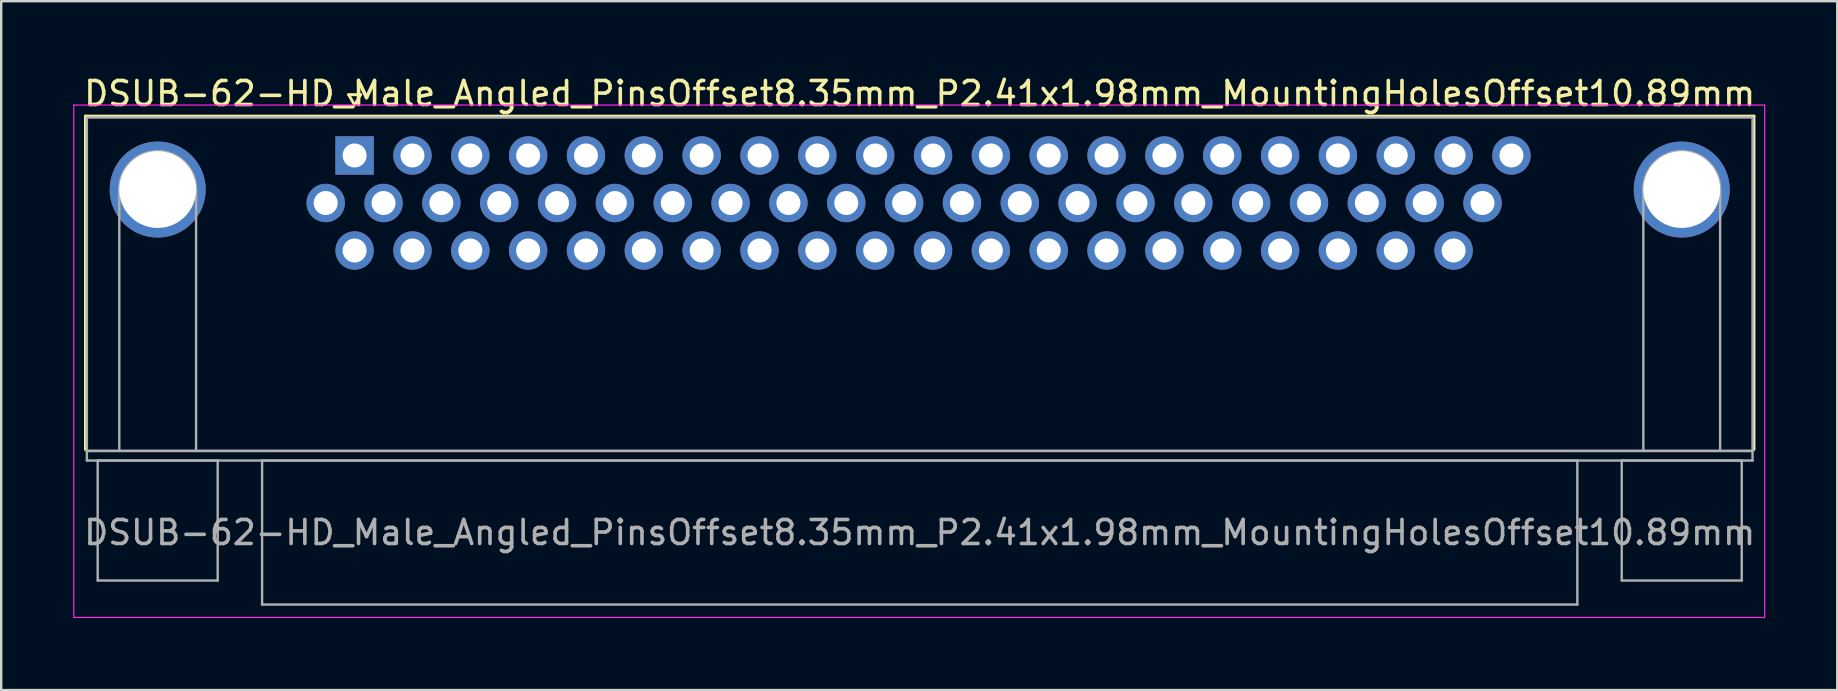
<source format=kicad_pcb>
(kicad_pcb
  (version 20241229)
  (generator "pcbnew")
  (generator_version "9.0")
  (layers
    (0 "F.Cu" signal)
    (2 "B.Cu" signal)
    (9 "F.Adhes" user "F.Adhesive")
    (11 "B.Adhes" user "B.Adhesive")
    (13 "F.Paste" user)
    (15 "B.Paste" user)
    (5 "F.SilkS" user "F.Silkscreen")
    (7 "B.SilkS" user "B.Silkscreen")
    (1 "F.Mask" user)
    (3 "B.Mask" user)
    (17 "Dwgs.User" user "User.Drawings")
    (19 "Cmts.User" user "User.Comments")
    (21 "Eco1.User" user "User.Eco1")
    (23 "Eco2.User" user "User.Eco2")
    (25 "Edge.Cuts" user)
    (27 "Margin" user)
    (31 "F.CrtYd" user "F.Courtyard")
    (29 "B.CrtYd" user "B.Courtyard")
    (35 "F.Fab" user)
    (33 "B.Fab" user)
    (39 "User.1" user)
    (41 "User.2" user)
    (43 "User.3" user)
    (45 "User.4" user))
  (footprint "DSUB-62-HD_Male_Angled_PinsOffset8.35mm_P2.41x1.98mm_MountingHolesOffset10.89mm"
    (layer "F.Cu")
    (at 11.725 3.428)
    (property "Reference" "DSUB-62-HD_Male_Angled_PinsOffset8.35mm_P2.41x1.98mm_MountingHolesOffset10.89mm" (at 23.545 -2.58 0) (layer "F.SilkS") (effects (font (size 1 1) (thickness 0.15))))
    (attr through_hole)
    (fp_line (start -11.215 -1.64) (end 58.305 -1.64) (stroke (width 0.12) (type solid)) (layer "F.SilkS"))
    (fp_line (start -11.215 12.25) (end -11.215 -1.64) (stroke (width 0.12) (type solid)) (layer "F.SilkS"))
    (fp_line (start -0.25 -2.534) (end 0.25 -2.534) (stroke (width 0.12) (type solid)) (layer "F.SilkS"))
    (fp_line (start 0 -2.101) (end -0.25 -2.534) (stroke (width 0.12) (type solid)) (layer "F.SilkS"))
    (fp_line (start 0.25 -2.534) (end 0 -2.101) (stroke (width 0.12) (type solid)) (layer "F.SilkS"))
    (fp_line (start 58.305 -1.64) (end 58.305 12.25) (stroke (width 0.12) (type solid)) (layer "F.SilkS"))
    (fp_line (start -11.7 -2.1) (end -11.7 19.25) (stroke (width 0.05) (type solid)) (layer "F.CrtYd"))
    (fp_line (start -11.7 19.25) (end 58.75 19.25) (stroke (width 0.05) (type solid)) (layer "F.CrtYd"))
    (fp_line (start 58.75 -2.1) (end -11.7 -2.1) (stroke (width 0.05) (type solid)) (layer "F.CrtYd"))
    (fp_line (start 58.75 19.25) (end 58.75 -2.1) (stroke (width 0.05) (type solid)) (layer "F.CrtYd"))
    (fp_line (start -11.155 -1.58) (end -11.155 12.31) (stroke (width 0.1) (type solid)) (layer "F.Fab"))
    (fp_line (start -11.155 12.31) (end -11.155 12.71) (stroke (width 0.1) (type solid)) (layer "F.Fab"))
    (fp_line (start -11.155 12.31) (end 58.245 12.31) (stroke (width 0.1) (type solid)) (layer "F.Fab"))
    (fp_line (start -11.155 12.71) (end 58.245 12.71) (stroke (width 0.1) (type solid)) (layer "F.Fab"))
    (fp_line (start -10.705 12.71) (end -10.705 17.71) (stroke (width 0.1) (type solid)) (layer "F.Fab"))
    (fp_line (start -10.705 17.71) (end -5.705 17.71) (stroke (width 0.1) (type solid)) (layer "F.Fab"))
    (fp_line (start -9.805 12.31) (end -9.805 1.42) (stroke (width 0.1) (type solid)) (layer "F.Fab"))
    (fp_line (start -6.605 12.31) (end -6.605 1.42) (stroke (width 0.1) (type solid)) (layer "F.Fab"))
    (fp_line (start -5.705 12.71) (end -10.705 12.71) (stroke (width 0.1) (type solid)) (layer "F.Fab"))
    (fp_line (start -5.705 17.71) (end -5.705 12.71) (stroke (width 0.1) (type solid)) (layer "F.Fab"))
    (fp_line (start -3.855 12.71) (end -3.855 18.71) (stroke (width 0.1) (type solid)) (layer "F.Fab"))
    (fp_line (start -3.855 18.71) (end 50.945 18.71) (stroke (width 0.1) (type solid)) (layer "F.Fab"))
    (fp_line (start 50.945 12.71) (end -3.855 12.71) (stroke (width 0.1) (type solid)) (layer "F.Fab"))
    (fp_line (start 50.945 18.71) (end 50.945 12.71) (stroke (width 0.1) (type solid)) (layer "F.Fab"))
    (fp_line (start 52.795 12.71) (end 52.795 17.71) (stroke (width 0.1) (type solid)) (layer "F.Fab"))
    (fp_line (start 52.795 17.71) (end 57.795 17.71) (stroke (width 0.1) (type solid)) (layer "F.Fab"))
    (fp_line (start 53.695 12.31) (end 53.695 1.42) (stroke (width 0.1) (type solid)) (layer "F.Fab"))
    (fp_line (start 56.895 12.31) (end 56.895 1.42) (stroke (width 0.1) (type solid)) (layer "F.Fab"))
    (fp_line (start 57.795 12.71) (end 52.795 12.71) (stroke (width 0.1) (type solid)) (layer "F.Fab"))
    (fp_line (start 57.795 17.71) (end 57.795 12.71) (stroke (width 0.1) (type solid)) (layer "F.Fab"))
    (fp_line (start 58.245 -1.58) (end -11.155 -1.58) (stroke (width 0.1) (type solid)) (layer "F.Fab"))
    (fp_line (start 58.245 12.31) (end -11.155 12.31) (stroke (width 0.1) (type solid)) (layer "F.Fab"))
    (fp_line (start 58.245 12.31) (end 58.245 -1.58) (stroke (width 0.1) (type solid)) (layer "F.Fab"))
    (fp_line (start 58.245 12.71) (end 58.245 12.31) (stroke (width 0.1) (type solid)) (layer "F.Fab"))
    (fp_arc (start -9.805 1.42) (mid -8.205 -0.18) (end -6.605 1.42) (stroke (width 0.1) (type solid)) (layer "F.Fab"))
    (fp_arc (start 53.695 1.42) (mid 55.295 -0.18) (end 56.895 1.42) (stroke (width 0.1) (type solid)) (layer "F.Fab"))
    (fp_text user "${REFERENCE}" (at 23.545 15.71 0) (layer "F.Fab") (effects (font (size 1 1) (thickness 0.15))))
    (pad "0" thru_hole circle (at -8.205 1.42) (size 4 4) (drill 3.2) (layers "*.Cu" "*.Mask"))
    (pad "0" thru_hole circle (at 55.295 1.42) (size 4 4) (drill 3.2) (layers "*.Cu" "*.Mask"))
    (pad "1" thru_hole rect (at 0 0) (size 1.6 1.6) (drill 1) (layers "*.Cu" "*.Mask"))
    (pad "2" thru_hole circle (at 2.41 0) (size 1.6 1.6) (drill 1) (layers "*.Cu" "*.Mask"))
    (pad "3" thru_hole circle (at 4.82 0) (size 1.6 1.6) (drill 1) (layers "*.Cu" "*.Mask"))
    (pad "4" thru_hole circle (at 7.23 0) (size 1.6 1.6) (drill 1) (layers "*.Cu" "*.Mask"))
    (pad "5" thru_hole circle (at 9.64 0) (size 1.6 1.6) (drill 1) (layers "*.Cu" "*.Mask"))
    (pad "6" thru_hole circle (at 12.05 0) (size 1.6 1.6) (drill 1) (layers "*.Cu" "*.Mask"))
    (pad "7" thru_hole circle (at 14.46 0) (size 1.6 1.6) (drill 1) (layers "*.Cu" "*.Mask"))
    (pad "8" thru_hole circle (at 16.87 0) (size 1.6 1.6) (drill 1) (layers "*.Cu" "*.Mask"))
    (pad "9" thru_hole circle (at 19.28 0) (size 1.6 1.6) (drill 1) (layers "*.Cu" "*.Mask"))
    (pad "10" thru_hole circle (at 21.69 0) (size 1.6 1.6) (drill 1) (layers "*.Cu" "*.Mask"))
    (pad "11" thru_hole circle (at 24.1 0) (size 1.6 1.6) (drill 1) (layers "*.Cu" "*.Mask"))
    (pad "12" thru_hole circle (at 26.51 0) (size 1.6 1.6) (drill 1) (layers "*.Cu" "*.Mask"))
    (pad "13" thru_hole circle (at 28.92 0) (size 1.6 1.6) (drill 1) (layers "*.Cu" "*.Mask"))
    (pad "14" thru_hole circle (at 31.33 0) (size 1.6 1.6) (drill 1) (layers "*.Cu" "*.Mask"))
    (pad "15" thru_hole circle (at 33.74 0) (size 1.6 1.6) (drill 1) (layers "*.Cu" "*.Mask"))
    (pad "16" thru_hole circle (at 36.15 0) (size 1.6 1.6) (drill 1) (layers "*.Cu" "*.Mask"))
    (pad "17" thru_hole circle (at 38.56 0) (size 1.6 1.6) (drill 1) (layers "*.Cu" "*.Mask"))
    (pad "18" thru_hole circle (at 40.97 0) (size 1.6 1.6) (drill 1) (layers "*.Cu" "*.Mask"))
    (pad "19" thru_hole circle (at 43.38 0) (size 1.6 1.6) (drill 1) (layers "*.Cu" "*.Mask"))
    (pad "20" thru_hole circle (at 45.79 0) (size 1.6 1.6) (drill 1) (layers "*.Cu" "*.Mask"))
    (pad "21" thru_hole circle (at 48.2 0) (size 1.6 1.6) (drill 1) (layers "*.Cu" "*.Mask"))
    (pad "22" thru_hole circle (at -1.205 1.98) (size 1.6 1.6) (drill 1) (layers "*.Cu" "*.Mask"))
    (pad "23" thru_hole circle (at 1.205 1.98) (size 1.6 1.6) (drill 1) (layers "*.Cu" "*.Mask"))
    (pad "24" thru_hole circle (at 3.615 1.98) (size 1.6 1.6) (drill 1) (layers "*.Cu" "*.Mask"))
    (pad "25" thru_hole circle (at 6.025 1.98) (size 1.6 1.6) (drill 1) (layers "*.Cu" "*.Mask"))
    (pad "26" thru_hole circle (at 8.435 1.98) (size 1.6 1.6) (drill 1) (layers "*.Cu" "*.Mask"))
    (pad "27" thru_hole circle (at 10.845 1.98) (size 1.6 1.6) (drill 1) (layers "*.Cu" "*.Mask"))
    (pad "28" thru_hole circle (at 13.255 1.98) (size 1.6 1.6) (drill 1) (layers "*.Cu" "*.Mask"))
    (pad "29" thru_hole circle (at 15.665 1.98) (size 1.6 1.6) (drill 1) (layers "*.Cu" "*.Mask"))
    (pad "30" thru_hole circle (at 18.075 1.98) (size 1.6 1.6) (drill 1) (layers "*.Cu" "*.Mask"))
    (pad "31" thru_hole circle (at 20.485 1.98) (size 1.6 1.6) (drill 1) (layers "*.Cu" "*.Mask"))
    (pad "32" thru_hole circle (at 22.895 1.98) (size 1.6 1.6) (drill 1) (layers "*.Cu" "*.Mask"))
    (pad "33" thru_hole circle (at 25.305 1.98) (size 1.6 1.6) (drill 1) (layers "*.Cu" "*.Mask"))
    (pad "34" thru_hole circle (at 27.715 1.98) (size 1.6 1.6) (drill 1) (layers "*.Cu" "*.Mask"))
    (pad "35" thru_hole circle (at 30.125 1.98) (size 1.6 1.6) (drill 1) (layers "*.Cu" "*.Mask"))
    (pad "36" thru_hole circle (at 32.535 1.98) (size 1.6 1.6) (drill 1) (layers "*.Cu" "*.Mask"))
    (pad "37" thru_hole circle (at 34.945 1.98) (size 1.6 1.6) (drill 1) (layers "*.Cu" "*.Mask"))
    (pad "38" thru_hole circle (at 37.355 1.98) (size 1.6 1.6) (drill 1) (layers "*.Cu" "*.Mask"))
    (pad "39" thru_hole circle (at 39.765 1.98) (size 1.6 1.6) (drill 1) (layers "*.Cu" "*.Mask"))
    (pad "40" thru_hole circle (at 42.175 1.98) (size 1.6 1.6) (drill 1) (layers "*.Cu" "*.Mask"))
    (pad "41" thru_hole circle (at 44.585 1.98) (size 1.6 1.6) (drill 1) (layers "*.Cu" "*.Mask"))
    (pad "42" thru_hole circle (at 46.995 1.98) (size 1.6 1.6) (drill 1) (layers "*.Cu" "*.Mask"))
    (pad "43" thru_hole circle (at 0 3.96) (size 1.6 1.6) (drill 1) (layers "*.Cu" "*.Mask"))
    (pad "44" thru_hole circle (at 2.41 3.96) (size 1.6 1.6) (drill 1) (layers "*.Cu" "*.Mask"))
    (pad "45" thru_hole circle (at 4.82 3.96) (size 1.6 1.6) (drill 1) (layers "*.Cu" "*.Mask"))
    (pad "46" thru_hole circle (at 7.23 3.96) (size 1.6 1.6) (drill 1) (layers "*.Cu" "*.Mask"))
    (pad "47" thru_hole circle (at 9.64 3.96) (size 1.6 1.6) (drill 1) (layers "*.Cu" "*.Mask"))
    (pad "48" thru_hole circle (at 12.05 3.96) (size 1.6 1.6) (drill 1) (layers "*.Cu" "*.Mask"))
    (pad "49" thru_hole circle (at 14.46 3.96) (size 1.6 1.6) (drill 1) (layers "*.Cu" "*.Mask"))
    (pad "50" thru_hole circle (at 16.87 3.96) (size 1.6 1.6) (drill 1) (layers "*.Cu" "*.Mask"))
    (pad "51" thru_hole circle (at 19.28 3.96) (size 1.6 1.6) (drill 1) (layers "*.Cu" "*.Mask"))
    (pad "52" thru_hole circle (at 21.69 3.96) (size 1.6 1.6) (drill 1) (layers "*.Cu" "*.Mask"))
    (pad "53" thru_hole circle (at 24.1 3.96) (size 1.6 1.6) (drill 1) (layers "*.Cu" "*.Mask"))
    (pad "54" thru_hole circle (at 26.51 3.96) (size 1.6 1.6) (drill 1) (layers "*.Cu" "*.Mask"))
    (pad "55" thru_hole circle (at 28.92 3.96) (size 1.6 1.6) (drill 1) (layers "*.Cu" "*.Mask"))
    (pad "56" thru_hole circle (at 31.33 3.96) (size 1.6 1.6) (drill 1) (layers "*.Cu" "*.Mask"))
    (pad "57" thru_hole circle (at 33.74 3.96) (size 1.6 1.6) (drill 1) (layers "*.Cu" "*.Mask"))
    (pad "58" thru_hole circle (at 36.15 3.96) (size 1.6 1.6) (drill 1) (layers "*.Cu" "*.Mask"))
    (pad "59" thru_hole circle (at 38.56 3.96) (size 1.6 1.6) (drill 1) (layers "*.Cu" "*.Mask"))
    (pad "60" thru_hole circle (at 40.97 3.96) (size 1.6 1.6) (drill 1) (layers "*.Cu" "*.Mask"))
    (pad "61" thru_hole circle (at 43.38 3.96) (size 1.6 1.6) (drill 1) (layers "*.Cu" "*.Mask"))
    (pad "62" thru_hole circle (at 45.79 3.96) (size 1.6 1.6) (drill 1) (layers "*.Cu" "*.Mask")))
  (gr_rect
    (start -3 -3)
    (end 73.5 25.703)
    (stroke (width 0.1) (type default))
    (fill no)
    (layer "Edge.Cuts")))
</source>
